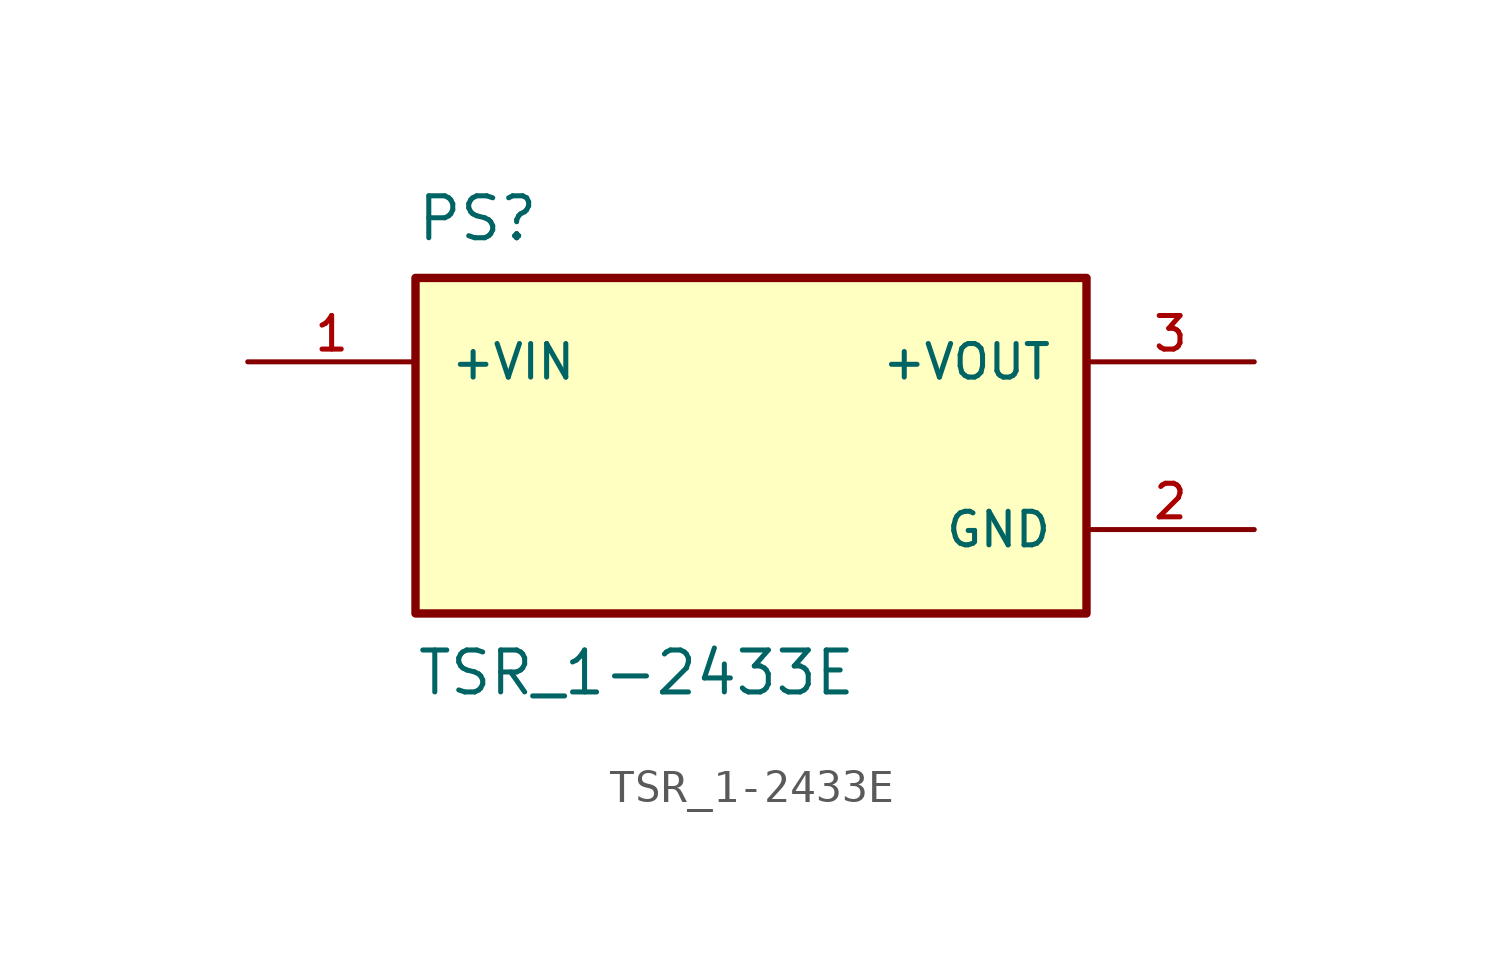
<source format=kicad_sym>
(kicad_symbol_lib
  (version 20211014)
  (generator kicad_symbol_editor)
  (symbol "TSR_1-2433E"
    (pin_names
      (offset 1.016))
    (property "Reference" "PS"
      (at -10.16 7.62 0)
      (effects (font (size 1.27 1.27)) (justify top left)))
    (property "Value" "TSR_1-2433E"
      (at -10.16 -7.62 0)
      (effects (font (size 1.27 1.27)) (justify bottom left)))
    (symbol "TSR_1-2433E_0_0"
      (rectangle (start -10.16 -5.08) (end 10.16 5.08) (stroke (width 0.254)) (fill (type background)))
      (pin input line (at -15.24 2.54 0) (length 5.08) (name "+VIN" (effects (font (size 1.016 1.016)))) (number "1" (effects (font (size 1.016 1.016)))))
      (pin output line (at 15.24 2.54 180.0) (length 5.08) (name "+VOUT" (effects (font (size 1.016 1.016)))) (number "3" (effects (font (size 1.016 1.016)))))
      (pin power_in line (at 15.24 -2.54 180.0) (length 5.08) (name "GND" (effects (font (size 1.016 1.016)))) (number "2" (effects (font (size 1.016 1.016))))))))
</source>
